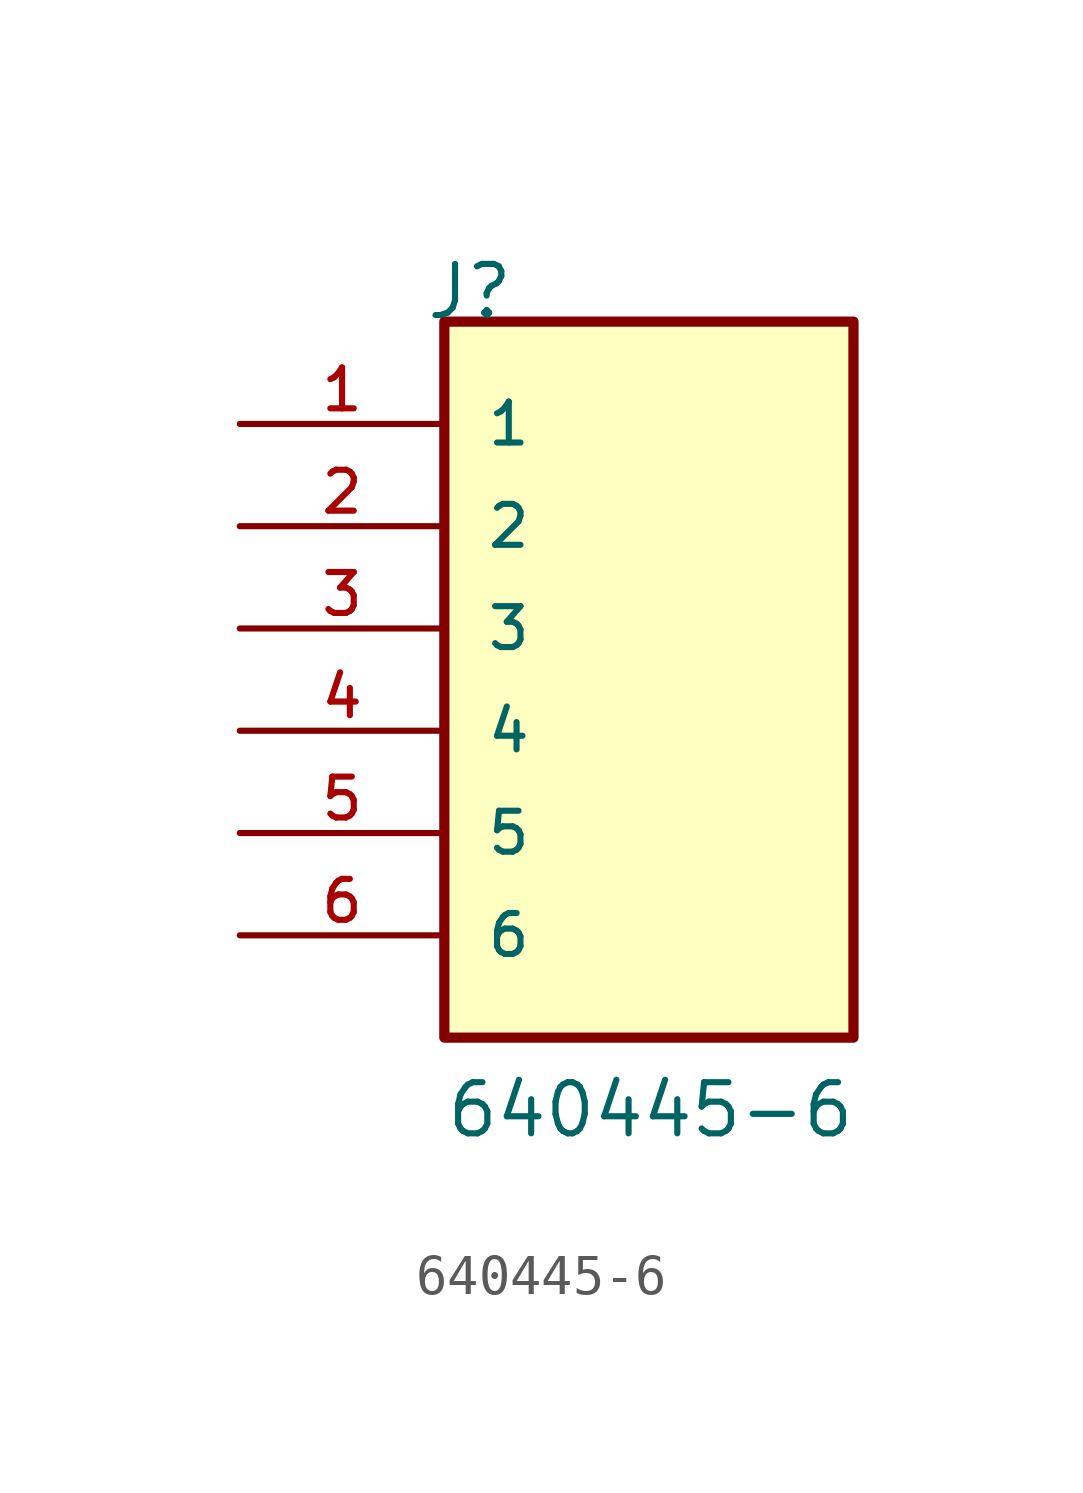
<source format=kicad_sym>
(kicad_symbol_lib
  (version 20211014)
  (generator kicad_symbol_editor)
  (symbol "640445-6"
    (pin_names
      (offset 1.016))
    (property "Reference" "J"
      (at -5.58 10.16 0)
      (effects (font (size 1.27 1.27)) (justify bottom left)))
    (property "Value" "640445-6"
      (at -5.08 -10.16 0)
      (effects (font (size 1.27 1.27)) (justify bottom left)))
    (symbol "640445-6_0_0"
      (rectangle (start -5.08 -7.62) (end 5.08 10.16) (stroke (width 0.254)) (fill (type background)))
      (pin passive line (at -10.16 7.62 0) (length 5.08) (name "1" (effects (font (size 1.016 1.016)))) (number "1" (effects (font (size 1.016 1.016)))))
      (pin passive line (at -10.16 5.08 0) (length 5.08) (name "2" (effects (font (size 1.016 1.016)))) (number "2" (effects (font (size 1.016 1.016)))))
      (pin passive line (at -10.16 2.54 0) (length 5.08) (name "3" (effects (font (size 1.016 1.016)))) (number "3" (effects (font (size 1.016 1.016)))))
      (pin passive line (at -10.16 0.0 0) (length 5.08) (name "4" (effects (font (size 1.016 1.016)))) (number "4" (effects (font (size 1.016 1.016)))))
      (pin passive line (at -10.16 -2.54 0) (length 5.08) (name "5" (effects (font (size 1.016 1.016)))) (number "5" (effects (font (size 1.016 1.016)))))
      (pin passive line (at -10.16 -5.08 0) (length 5.08) (name "6" (effects (font (size 1.016 1.016)))) (number "6" (effects (font (size 1.016 1.016))))))))
</source>
